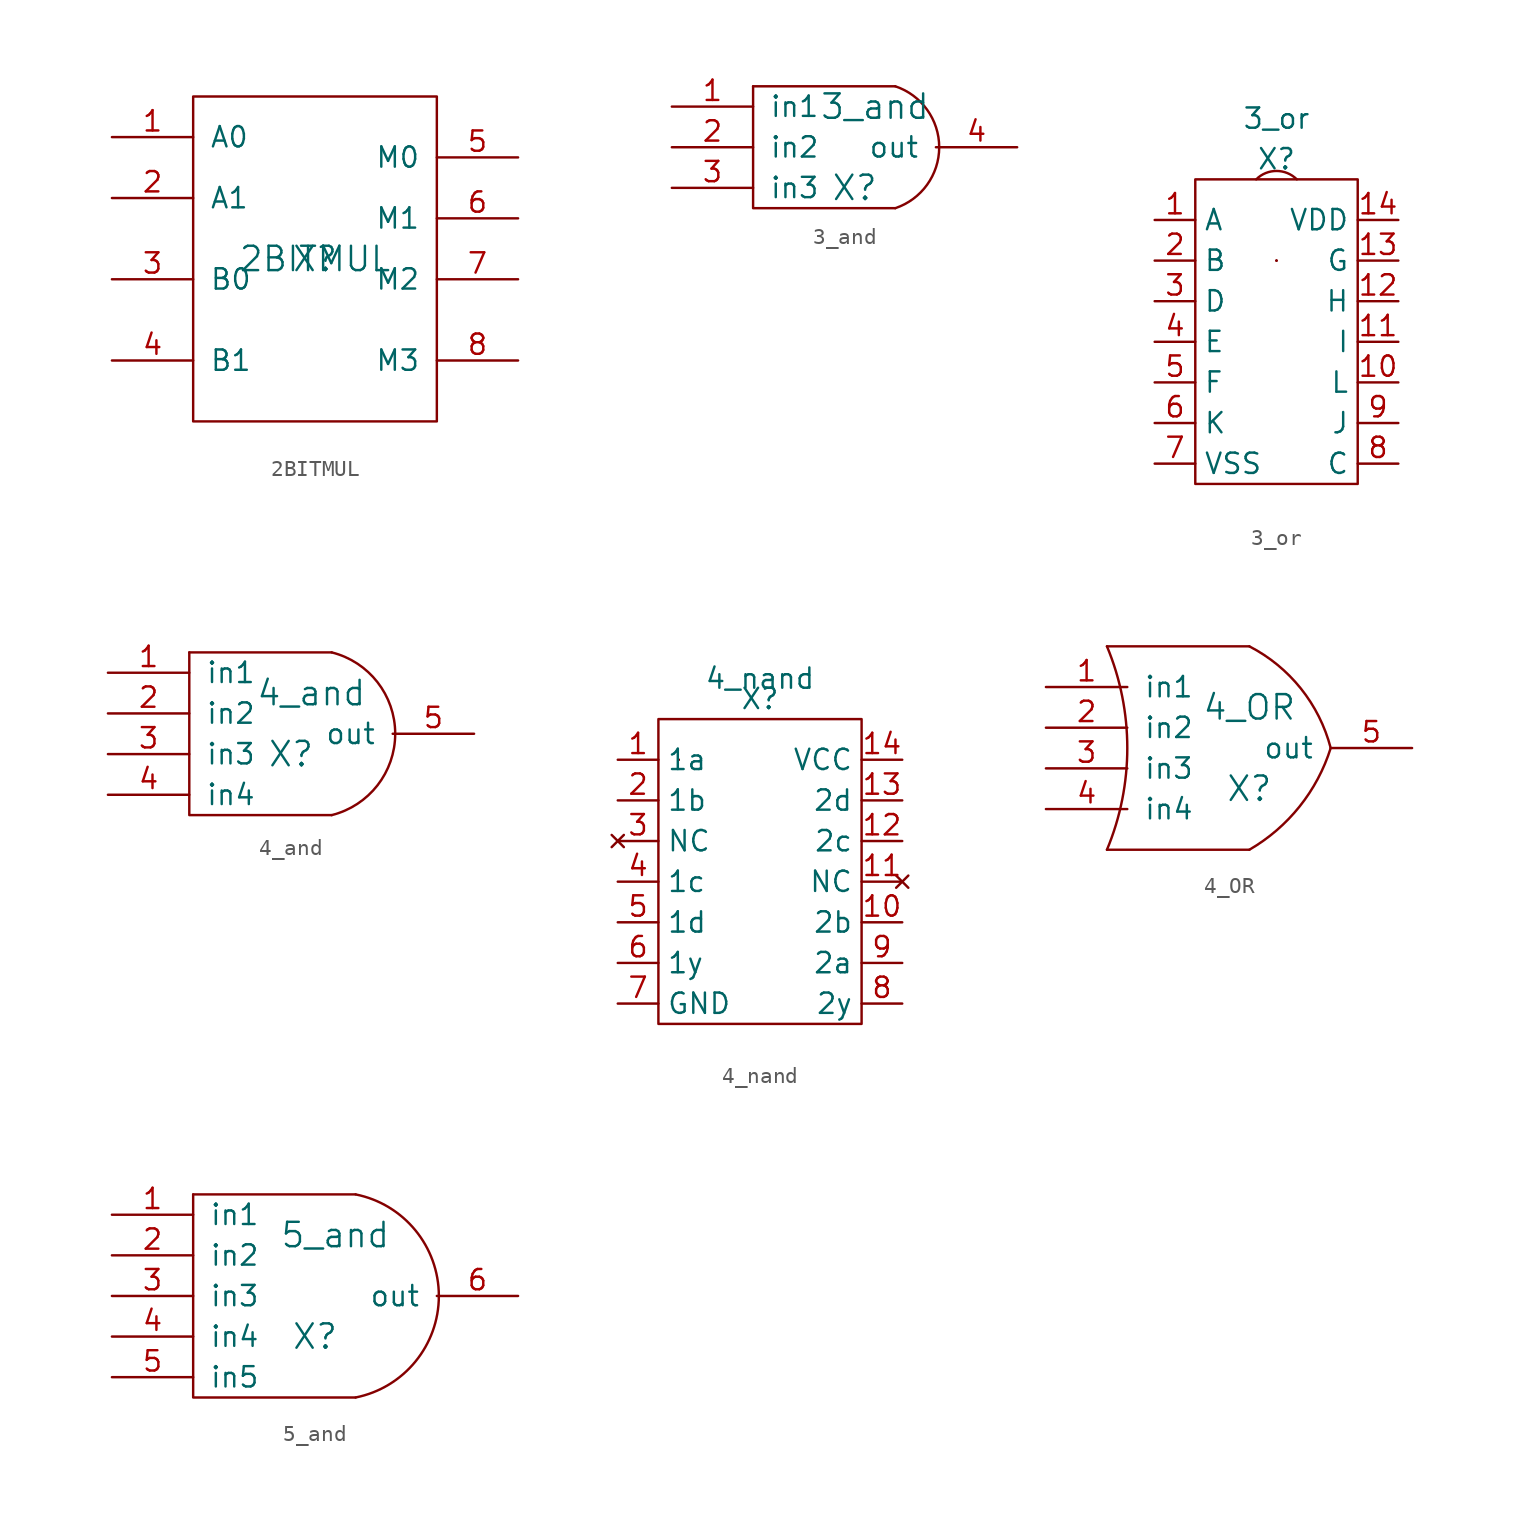
<source format=kicad_sym>
(kicad_symbol_lib
  (version 20211014)
  (generator kicad_symbol_editor)
  (symbol "2BITMUL"
    (pin_names
      (offset 1.016))
    (property "Reference" "X"
      (at 0 0 0)
      (effects (font (size 1.524 1.524))))
    (property "Value" "2BITMUL"
      (at 0 0 0)
      (effects (font (size 1.524 1.524))))
    (symbol "2BITMUL_0_1"
      (rectangle (start -7.62 10.16) (end 7.62 -10.16) (stroke (width 0) (type default) (color 0 0 0 0)) (fill (type none))))
    (symbol "2BITMUL_1_1"
      (pin input line (at -12.7 7.62 0) (length 5.08) (name "A0" (effects (font (size 1.27 1.27)))) (number "1" (effects (font (size 1.27 1.27)))))
      (pin input line (at -12.7 3.81 0) (length 5.08) (name "A1" (effects (font (size 1.27 1.27)))) (number "2" (effects (font (size 1.27 1.27)))))
      (pin input line (at -12.7 -1.27 0) (length 5.08) (name "B0" (effects (font (size 1.27 1.27)))) (number "3" (effects (font (size 1.27 1.27)))))
      (pin input line (at -12.7 -6.35 0) (length 5.08) (name "B1" (effects (font (size 1.27 1.27)))) (number "4" (effects (font (size 1.27 1.27)))))
      (pin output line (at 12.7 6.35 180) (length 5.08) (name "M0" (effects (font (size 1.27 1.27)))) (number "5" (effects (font (size 1.27 1.27)))))
      (pin output line (at 12.7 2.54 180) (length 5.08) (name "M1" (effects (font (size 1.27 1.27)))) (number "6" (effects (font (size 1.27 1.27)))))
      (pin output line (at 12.7 -1.27 180) (length 5.08) (name "M2" (effects (font (size 1.27 1.27)))) (number "7" (effects (font (size 1.27 1.27)))))
      (pin output line (at 12.7 -6.35 180) (length 5.08) (name "M3" (effects (font (size 1.27 1.27)))) (number "8" (effects (font (size 1.27 1.27)))))))
  (symbol "3_and"
    (pin_names
      (offset 1.016))
    (property "Reference" "X"
      (at 2.54 -1.27 0)
      (effects (font (size 1.524 1.524))))
    (property "Value" "3_and"
      (at 3.81 3.81 0)
      (effects (font (size 1.524 1.524))))
    (property "Footprint" ""
      (at 0 0 0)
      (effects (font (size 1.524 1.524))))
    (property "Datasheet" ""
      (at 0 0 0)
      (effects (font (size 1.524 1.524))))
    (symbol "3_and_0_1"
      (polyline (pts (xy -3.81 5.08) (xy 5.08 5.08)) (stroke (width 0) (type default) (color 0 0 0 0)) (fill (type none)))
      (polyline (pts (xy -3.81 5.08) (xy -3.81 -2.54) (xy 5.08 -2.54)) (stroke (width 0) (type default) (color 0 0 0 0)) (fill (type none)))
      (arc (start 5.08 -2.54) (mid 7.8261 1.27) (end 5.08 5.08) (stroke (width 0) (type default) (color 0 0 0 0)) (fill (type none))))
    (symbol "3_and_1_1"
      (pin input line (at -8.89 3.81 0) (length 5.08) (name "in1" (effects (font (size 1.27 1.27)))) (number "1" (effects (font (size 1.27 1.27)))))
      (pin input line (at -8.89 1.27 0) (length 5.08) (name "in2" (effects (font (size 1.27 1.27)))) (number "2" (effects (font (size 1.27 1.27)))))
      (pin input line (at -8.89 -1.27 0) (length 5.08) (name "in3" (effects (font (size 1.27 1.27)))) (number "3" (effects (font (size 1.27 1.27)))))
      (pin output line (at 12.7 1.27 180) (length 5.08) (name "out" (effects (font (size 1.27 1.27)))) (number "4" (effects (font (size 1.27 1.27)))))))
  (symbol "3_or"
    (property "Reference" "X"
      (at 1.27 1.27 0)
      (effects (font (size 1.27 1.27))))
    (property "Value" "3_or"
      (at 1.27 3.81 0)
      (effects (font (size 1.27 1.27))))
    (symbol "3_or_0_1"
      (rectangle (start -3.81 0) (end 6.35 -19.05) (stroke (width 0) (type default) (color 0 0 0 0)) (fill (type none)))
      (rectangle (start 1.27 -5.08) (end 1.27 -5.08) (stroke (width 0) (type default) (color 0 0 0 0)) (fill (type none)))
      (rectangle (start 1.27 -5.08) (end 1.27 -5.08) (stroke (width 0) (type default) (color 0 0 0 0)) (fill (type none)))
      (rectangle (start 1.27 -5.08) (end 1.27 -5.08) (stroke (width 0) (type default) (color 0 0 0 0)) (fill (type none)))
      (arc (start 2.54 -0.0001) (mid 1.27 3.0661) (end 0 -0.0001) (stroke (width 0) (type default) (color 0 0 0 0)) (fill (type none))))
    (symbol "3_or_1_1"
      (pin input line (at -6.35 -2.54 0) (length 2.54) (name "A" (effects (font (size 1.27 1.27)))) (number "1" (effects (font (size 1.27 1.27)))))
      (pin output line (at 8.89 -12.7 180) (length 2.54) (name "L" (effects (font (size 1.27 1.27)))) (number "10" (effects (font (size 1.27 1.27)))))
      (pin input line (at 8.89 -10.16 180) (length 2.54) (name "I" (effects (font (size 1.27 1.27)))) (number "11" (effects (font (size 1.27 1.27)))))
      (pin input line (at 8.89 -7.62 180) (length 2.54) (name "H" (effects (font (size 1.27 1.27)))) (number "12" (effects (font (size 1.27 1.27)))))
      (pin input line (at 8.89 -5.08 180) (length 2.54) (name "G" (effects (font (size 1.27 1.27)))) (number "13" (effects (font (size 1.27 1.27)))))
      (pin passive line (at 8.89 -2.54 180) (length 2.54) (name "VDD" (effects (font (size 1.27 1.27)))) (number "14" (effects (font (size 1.27 1.27)))))
      (pin input line (at -6.35 -5.08 0) (length 2.54) (name "B" (effects (font (size 1.27 1.27)))) (number "2" (effects (font (size 1.27 1.27)))))
      (pin input line (at -6.35 -7.62 0) (length 2.54) (name "D" (effects (font (size 1.27 1.27)))) (number "3" (effects (font (size 1.27 1.27)))))
      (pin input line (at -6.35 -10.16 0) (length 2.54) (name "E" (effects (font (size 1.27 1.27)))) (number "4" (effects (font (size 1.27 1.27)))))
      (pin input line (at -6.35 -12.7 0) (length 2.54) (name "F" (effects (font (size 1.27 1.27)))) (number "5" (effects (font (size 1.27 1.27)))))
      (pin output line (at -6.35 -15.24 0) (length 2.54) (name "K" (effects (font (size 1.27 1.27)))) (number "6" (effects (font (size 1.27 1.27)))))
      (pin passive line (at -6.35 -17.78 0) (length 2.54) (name "VSS" (effects (font (size 1.27 1.27)))) (number "7" (effects (font (size 1.27 1.27)))))
      (pin input line (at 8.89 -17.78 180) (length 2.54) (name "C" (effects (font (size 1.27 1.27)))) (number "8" (effects (font (size 1.27 1.27)))))
      (pin output line (at 8.89 -15.24 180) (length 2.54) (name "J" (effects (font (size 1.27 1.27)))) (number "9" (effects (font (size 1.27 1.27)))))))
  (symbol "4_and"
    (pin_names
      (offset 1.016))
    (property "Reference" "X"
      (at 1.27 -1.27 0)
      (effects (font (size 1.524 1.524))))
    (property "Value" "4_and"
      (at 2.54 2.54 0)
      (effects (font (size 1.524 1.524))))
    (property "Footprint" ""
      (at 0 0 0)
      (effects (font (size 1.524 1.524))))
    (property "Datasheet" ""
      (at 0 0 0)
      (effects (font (size 1.524 1.524))))
    (symbol "4_and_0_1"
      (polyline (pts (xy -5.08 5.08) (xy 3.81 5.08)) (stroke (width 0) (type default) (color 0 0 0 0)) (fill (type none)))
      (polyline (pts (xy -5.08 5.08) (xy -5.08 -5.08) (xy 1.27 -5.08) (xy 3.81 -5.08)) (stroke (width 0) (type default) (color 0 0 0 0)) (fill (type none)))
      (arc (start 3.81 -5.08) (mid 7.7763 0) (end 3.81 5.08) (stroke (width 0) (type default) (color 0 0 0 0)) (fill (type none))))
    (symbol "4_and_1_1"
      (pin input line (at -10.16 3.81 0) (length 5.08) (name "in1" (effects (font (size 1.27 1.27)))) (number "1" (effects (font (size 1.27 1.27)))))
      (pin input line (at -10.16 1.27 0) (length 5.08) (name "in2" (effects (font (size 1.27 1.27)))) (number "2" (effects (font (size 1.27 1.27)))))
      (pin input line (at -10.16 -1.27 0) (length 5.08) (name "in3" (effects (font (size 1.27 1.27)))) (number "3" (effects (font (size 1.27 1.27)))))
      (pin input line (at -10.16 -3.81 0) (length 5.08) (name "in4" (effects (font (size 1.27 1.27)))) (number "4" (effects (font (size 1.27 1.27)))))
      (pin output line (at 12.7 0 180) (length 5.08) (name "out" (effects (font (size 1.27 1.27)))) (number "5" (effects (font (size 1.27 1.27)))))))
  (symbol "4_nand"
    (property "Reference" "X"
      (at 2.54 0 0)
      (effects (font (size 1.27 1.27))))
    (property "Value" "4_nand"
      (at 2.54 1.27 0)
      (effects (font (size 1.27 1.27))))
    (symbol "4_nand_0_1"
      (rectangle (start -3.81 -1.27) (end 8.89 -20.32) (stroke (width 0) (type default) (color 0 0 0 0)) (fill (type none)))
      (rectangle (start -2.54 -3.81) (end -2.54 -3.81) (stroke (width 0) (type default) (color 0 0 0 0)) (fill (type none)))
      (rectangle (start -2.54 -3.81) (end -2.54 -3.81) (stroke (width 0) (type default) (color 0 0 0 0)) (fill (type none))))
    (symbol "4_nand_1_1"
      (pin input line (at -6.35 -3.81 0) (length 2.54) (name "1a" (effects (font (size 1.27 1.27)))) (number "1" (effects (font (size 1.27 1.27)))))
      (pin input line (at 11.43 -13.97 180) (length 2.54) (name "2b" (effects (font (size 1.27 1.27)))) (number "10" (effects (font (size 1.27 1.27)))))
      (pin no_connect line (at 11.43 -11.43 180) (length 2.54) (name "NC" (effects (font (size 1.27 1.27)))) (number "11" (effects (font (size 1.27 1.27)))))
      (pin input line (at 11.43 -8.89 180) (length 2.54) (name "2c" (effects (font (size 1.27 1.27)))) (number "12" (effects (font (size 1.27 1.27)))))
      (pin input line (at 11.43 -6.35 180) (length 2.54) (name "2d" (effects (font (size 1.27 1.27)))) (number "13" (effects (font (size 1.27 1.27)))))
      (pin passive line (at 11.43 -3.81 180) (length 2.54) (name "VCC" (effects (font (size 1.27 1.27)))) (number "14" (effects (font (size 1.27 1.27)))))
      (pin input line (at -6.35 -6.35 0) (length 2.54) (name "1b" (effects (font (size 1.27 1.27)))) (number "2" (effects (font (size 1.27 1.27)))))
      (pin no_connect line (at -6.35 -8.89 0) (length 2.54) (name "NC" (effects (font (size 1.27 1.27)))) (number "3" (effects (font (size 1.27 1.27)))))
      (pin input line (at -6.35 -11.43 0) (length 2.54) (name "1c" (effects (font (size 1.27 1.27)))) (number "4" (effects (font (size 1.27 1.27)))))
      (pin input line (at -6.35 -13.97 0) (length 2.54) (name "1d" (effects (font (size 1.27 1.27)))) (number "5" (effects (font (size 1.27 1.27)))))
      (pin output line (at -6.35 -16.51 0) (length 2.54) (name "1y" (effects (font (size 1.27 1.27)))) (number "6" (effects (font (size 1.27 1.27)))))
      (pin passive line (at -6.35 -19.05 0) (length 2.54) (name "GND" (effects (font (size 1.27 1.27)))) (number "7" (effects (font (size 1.27 1.27)))))
      (pin output line (at 11.43 -19.05 180) (length 2.54) (name "2y" (effects (font (size 1.27 1.27)))) (number "8" (effects (font (size 1.27 1.27)))))
      (pin input line (at 11.43 -16.51 180) (length 2.54) (name "2a" (effects (font (size 1.27 1.27)))) (number "9" (effects (font (size 1.27 1.27)))))))
  (symbol "4_OR"
    (pin_names
      (offset 1.016))
    (property "Reference" "X"
      (at 3.81 -2.54 0)
      (effects (font (size 1.524 1.524))))
    (property "Value" "4_OR"
      (at 3.81 2.54 0)
      (effects (font (size 1.524 1.524))))
    (property "Footprint" ""
      (at 0 0 0)
      (effects (font (size 1.524 1.524))))
    (property "Datasheet" ""
      (at 0 0 0)
      (effects (font (size 1.524 1.524))))
    (symbol "4_OR_0_1"
      (arc (start -5.08 -6.35) (mid -3.81 0) (end -5.08 6.35) (stroke (width 0) (type default) (color 0 0 0 0)) (fill (type none)))
      (polyline (pts (xy -5.08 -6.35) (xy 3.81 -6.35)) (stroke (width 0) (type default) (color 0 0 0 0)) (fill (type none)))
      (polyline (pts (xy -5.08 6.35) (xy 3.81 6.35)) (stroke (width 0) (type default) (color 0 0 0 0)) (fill (type none)))
      (arc (start 3.81 -6.35) (mid 6.9463 -3.651) (end 8.89 0) (stroke (width 0) (type default) (color 0 0 0 0)) (fill (type none)))
      (arc (start 8.89 0) (mid 7.0265 3.7162) (end 3.81 6.35) (stroke (width 0) (type default) (color 0 0 0 0)) (fill (type none))))
    (symbol "4_OR_1_1"
      (pin input line (at -8.89 3.81 0) (length 5.08) (name "in1" (effects (font (size 1.27 1.27)))) (number "1" (effects (font (size 1.27 1.27)))))
      (pin input line (at -8.89 1.27 0) (length 5.08) (name "in2" (effects (font (size 1.27 1.27)))) (number "2" (effects (font (size 1.27 1.27)))))
      (pin input line (at -8.89 -1.27 0) (length 5.08) (name "in3" (effects (font (size 1.27 1.27)))) (number "3" (effects (font (size 1.27 1.27)))))
      (pin input line (at -8.89 -3.81 0) (length 5.08) (name "in4" (effects (font (size 1.27 1.27)))) (number "4" (effects (font (size 1.27 1.27)))))
      (pin output line (at 13.97 0 180) (length 5.08) (name "out" (effects (font (size 1.27 1.27)))) (number "5" (effects (font (size 1.27 1.27)))))))
  (symbol "5_and"
    (pin_names
      (offset 1.016))
    (property "Reference" "X"
      (at 1.27 -2.54 0)
      (effects (font (size 1.524 1.524))))
    (property "Value" "5_and"
      (at 2.54 3.81 0)
      (effects (font (size 1.524 1.524))))
    (property "Footprint" ""
      (at 0 0 0)
      (effects (font (size 1.524 1.524))))
    (property "Datasheet" ""
      (at 0 0 0)
      (effects (font (size 1.524 1.524))))
    (symbol "5_and_0_1"
      (polyline (pts (xy -6.35 6.35) (xy 3.81 6.35)) (stroke (width 0) (type default) (color 0 0 0 0)) (fill (type none)))
      (polyline (pts (xy -6.35 6.35) (xy -6.35 -6.35) (xy 3.81 -6.35)) (stroke (width 0) (type default) (color 0 0 0 0)) (fill (type none)))
      (arc (start 3.81 -6.35) (mid 9.0158 0) (end 3.81 6.35) (stroke (width 0) (type default) (color 0 0 0 0)) (fill (type none))))
    (symbol "5_and_1_1"
      (pin input line (at -11.43 5.08 0) (length 5.08) (name "in1" (effects (font (size 1.27 1.27)))) (number "1" (effects (font (size 1.27 1.27)))))
      (pin input line (at -11.43 2.54 0) (length 5.08) (name "in2" (effects (font (size 1.27 1.27)))) (number "2" (effects (font (size 1.27 1.27)))))
      (pin input line (at -11.43 0 0) (length 5.08) (name "in3" (effects (font (size 1.27 1.27)))) (number "3" (effects (font (size 1.27 1.27)))))
      (pin input line (at -11.43 -2.54 0) (length 5.08) (name "in4" (effects (font (size 1.27 1.27)))) (number "4" (effects (font (size 1.27 1.27)))))
      (pin input line (at -11.43 -5.08 0) (length 5.08) (name "in5" (effects (font (size 1.27 1.27)))) (number "5" (effects (font (size 1.27 1.27)))))
      (pin output line (at 13.97 0 180) (length 5.08) (name "out" (effects (font (size 1.27 1.27)))) (number "6" (effects (font (size 1.27 1.27))))))))
</source>
